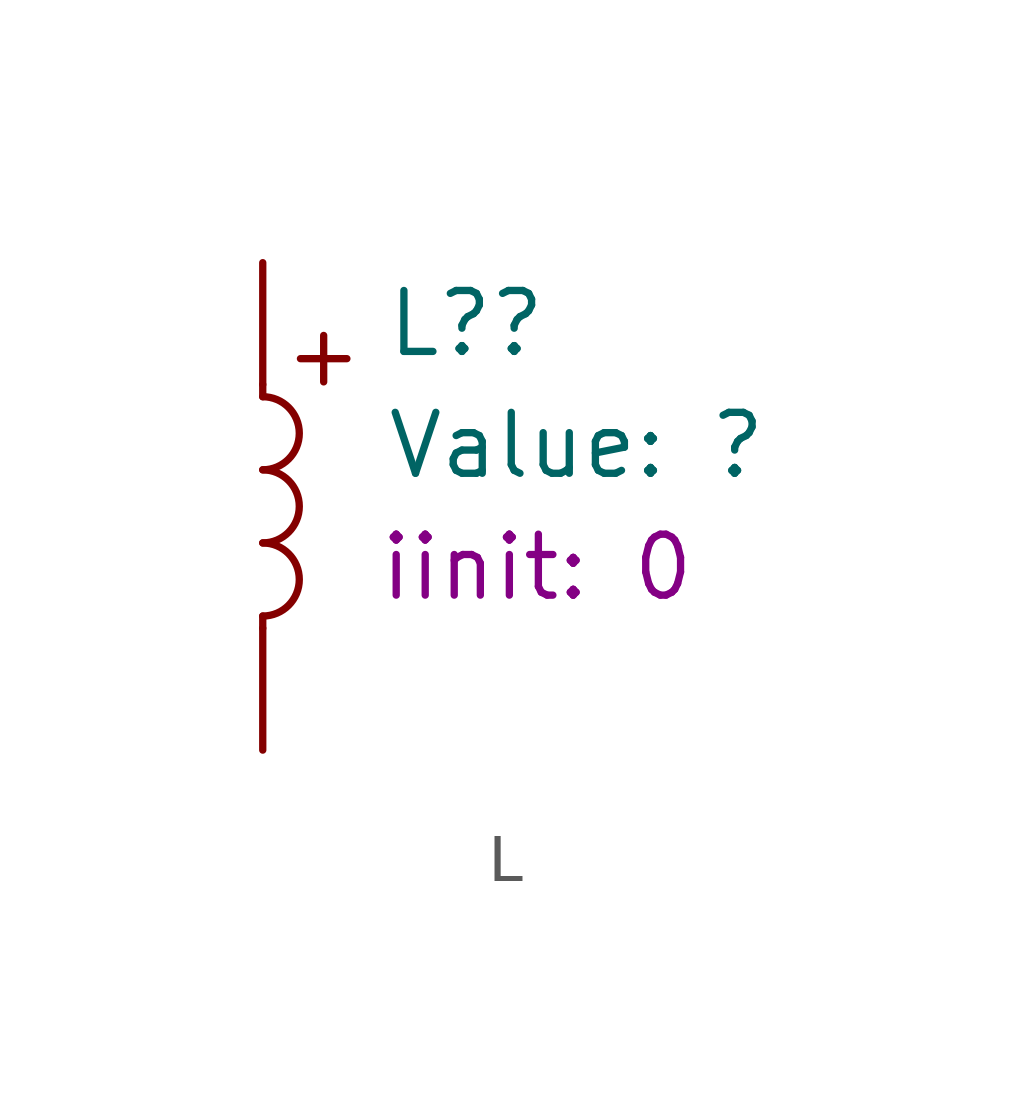
<source format=kicad_sym>
(kicad_symbol_lib
  (version 20231120)
  (generator "kicad_symbol_editor")
  (generator_version "8.0")
  (symbol "L"
    (pin_numbers hide)
    (pin_names
      (offset 1.016) hide)
    (property "Reference" "L?"
      (at 2.54 3.81 0)
      (effects (font (size 1.27 1.27)) (justify left)))
    (property "Value" "?"
      (at 2.54 1.27 0)
      (show_name)
      (effects (font (size 1.27 1.27)) (justify left)))
    (property "iinit" "0"
      (at 5.715 -1.27 0)
      (show_name)
      (effects (font (size 1.27 1.27))))
    (symbol "L_0_0"
      (text "+" (at 1.27 3.175 0) (effects (font (size 1.27 1.27)))))
    (symbol "L_0_1"
      (arc (start 0 -2.286) (mid 0.759 -1.524) (end 0 -0.762) (stroke (width 0) (type solid)) (fill (type none)))
      (arc (start 0 -0.762) (mid 0.759 0) (end 0 0.762) (stroke (width 0) (type solid)) (fill (type none)))
      (polyline (pts (xy 0 -2.54) (xy 0 -2.286)) (stroke (width 0) (type solid)) (fill (type none)))
      (polyline (pts (xy 0 2.286) (xy 0 2.54)) (stroke (width 0) (type solid)) (fill (type none)))
      (arc (start 0 0.762) (mid 0.759 1.524) (end 0 2.286) (stroke (width 0) (type solid)) (fill (type none))))
    (symbol "L_1_0"
      (pin passive line (at 0 5.08 270) (length 2.54) (name "1" (effects (font (size 1.27 1.27)))) (number "1" (effects (font (size 1.27 1.27)))))
      (pin passive line (at 0 -5.08 90) (length 2.54) (name "2" (effects (font (size 1.27 1.27)))) (number "2" (effects (font (size 1.27 1.27))))))))
</source>
